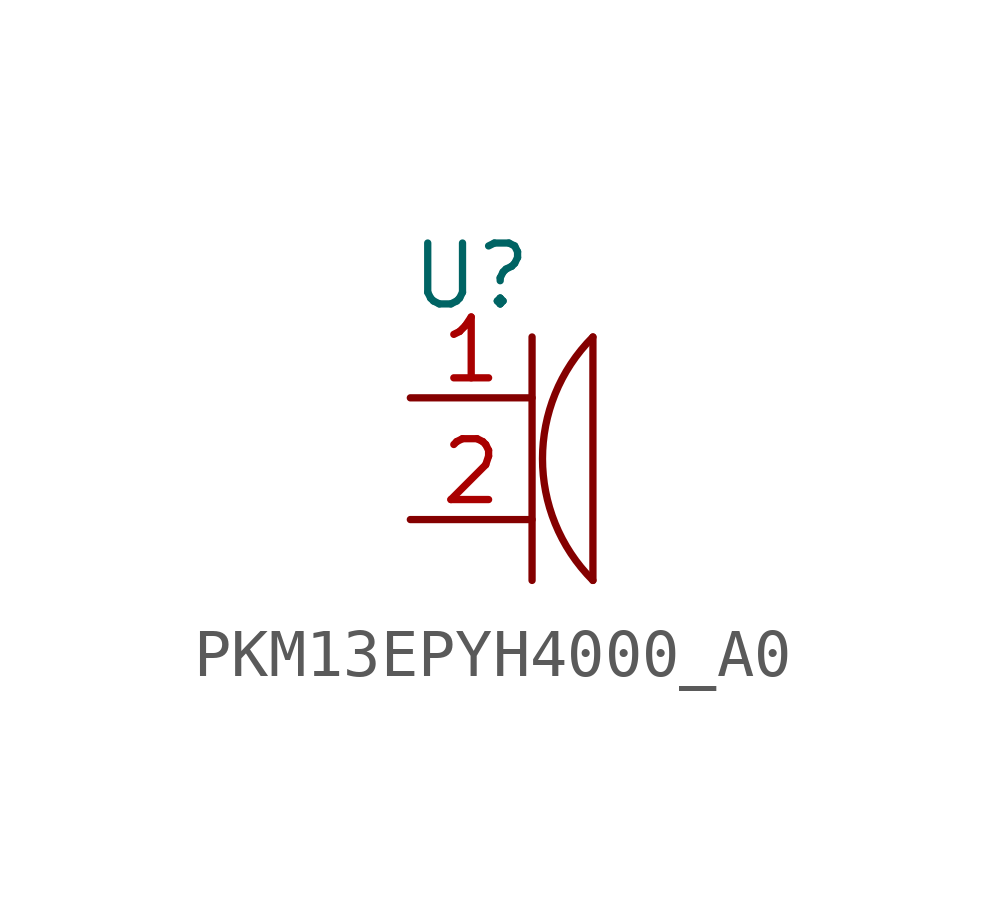
<source format=kicad_sym>
(kicad_symbol_lib
  (version 20211014)
  (generator kicad_symbol_editor)
  (symbol "PKM13EPYH4000_A0"
    (property "Reference" "U"
      (at -1.27 3.81 0)
      (effects (font (size 1.27 1.27))))
    (symbol "PKM13EPYH4000_A0_0_1"
      (polyline (pts (xy 0 2.54) (xy 0 -2.54)) (stroke (width 0) (type default) (color 0 0 0 0)) (fill (type none)))
      (polyline (pts (xy 1.27 2.54) (xy 1.27 -2.54)) (stroke (width 0) (type default) (color 0 0 0 0)) (fill (type none)))
      (arc (start 1.27 2.54) (mid -4.8621 0) (end 1.27 -2.54) (stroke (width 0) (type default) (color 0 0 0 0)) (fill (type none))))
    (symbol "PKM13EPYH4000_A0_1_1"
      (pin passive line (at -2.54 1.27 0) (length 2.54) (name "" (effects (font (size 1.27 1.27)))) (number "1" (effects (font (size 1.27 1.27)))))
      (pin passive line (at -2.54 -1.27 0) (length 2.54) (name "" (effects (font (size 1.27 1.27)))) (number "2" (effects (font (size 1.27 1.27))))))))
</source>
